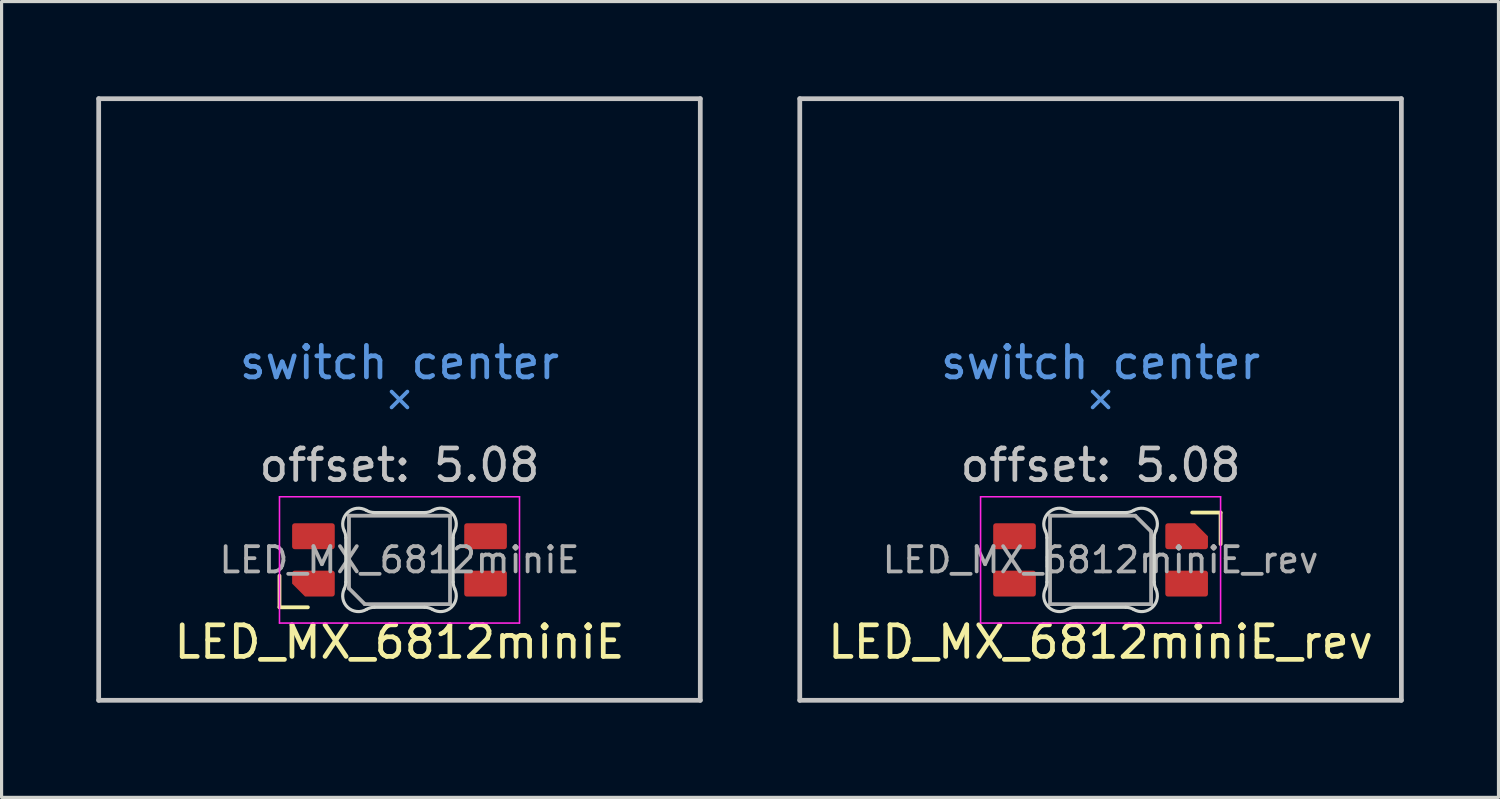
<source format=kicad_pcb>
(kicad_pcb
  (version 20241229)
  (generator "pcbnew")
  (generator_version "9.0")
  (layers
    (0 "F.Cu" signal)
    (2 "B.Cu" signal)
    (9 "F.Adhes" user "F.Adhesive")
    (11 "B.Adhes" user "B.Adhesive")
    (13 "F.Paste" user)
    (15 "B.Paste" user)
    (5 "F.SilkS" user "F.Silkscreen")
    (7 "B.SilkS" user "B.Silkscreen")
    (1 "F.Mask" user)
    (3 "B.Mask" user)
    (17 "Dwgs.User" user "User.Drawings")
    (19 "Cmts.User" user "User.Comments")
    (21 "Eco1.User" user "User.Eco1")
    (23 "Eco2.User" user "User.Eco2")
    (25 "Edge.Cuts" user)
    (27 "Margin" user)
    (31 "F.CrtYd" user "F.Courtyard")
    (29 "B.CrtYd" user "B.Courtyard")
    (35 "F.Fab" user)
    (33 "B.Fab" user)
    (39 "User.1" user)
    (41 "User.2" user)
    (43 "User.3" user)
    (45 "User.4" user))
  (footprint "LED_MX_6812miniE"
    (layer "F.Cu")
    (at 9.6 14.68)
    (property "Reference" "LED_MX_6812miniE" (at 0 2.6 0) (layer "F.SilkS") (effects (font (size 1 1) (thickness 0.15))))
    (attr smd)
    (fp_line (start -3.8 0.5) (end -3.8 1.5) (stroke (width 0.12) (type solid)) (layer "F.SilkS"))
    (fp_line (start -3.8 1.5) (end -2.9 1.5) (stroke (width 0.12) (type solid)) (layer "F.SilkS"))
    (fp_line (start -9.525 -14.605) (end -9.525 4.445) (stroke (width 0.15) (type solid)) (layer "Dwgs.User"))
    (fp_line (start -9.525 4.445) (end 9.525 4.445) (stroke (width 0.15) (type solid)) (layer "Dwgs.User"))
    (fp_line (start 9.525 -14.605) (end -9.525 -14.605) (stroke (width 0.15) (type solid)) (layer "Dwgs.User"))
    (fp_line (start 9.525 4.445) (end 9.525 -14.605) (stroke (width 0.15) (type solid)) (layer "Dwgs.User"))
    (fp_line (start -0.25 -4.83) (end 0 -5.08) (stroke (width 0.12) (type solid)) (layer "Cmts.User"))
    (fp_line (start 0 -5.08) (end -0.25 -5.33) (stroke (width 0.12) (type solid)) (layer "Cmts.User"))
    (fp_line (start 0 -5.08) (end 0.25 -5.33) (stroke (width 0.12) (type solid)) (layer "Cmts.User"))
    (fp_line (start 0.25 -4.83) (end 0 -5.08) (stroke (width 0.12) (type solid)) (layer "Cmts.User"))
    (fp_line (start -1.7 -0.703) (end -1.7 0.703) (stroke (width 0.1) (type solid)) (layer "Edge.Cuts"))
    (fp_line (start -0.794 1.5) (end 0.794 1.5) (stroke (width 0.1) (type solid)) (layer "Edge.Cuts"))
    (fp_line (start 0.794 -1.5) (end -0.794 -1.5) (stroke (width 0.1) (type solid)) (layer "Edge.Cuts"))
    (fp_line (start 1.7 0.703) (end 1.7 -0.703) (stroke (width 0.1) (type solid)) (layer "Edge.Cuts"))
    (fp_arc (start -1.749484 -0.919721) (mid -1.712527 -0.814069) (end -1.699999 -0.702844) (stroke (width 0.1) (type solid)) (layer "Edge.Cuts"))
    (fp_arc (start -1.749484 -0.919721) (mid -1.638071 -1.504035) (end -1.046711 -1.568299) (stroke (width 0.1) (type solid)) (layer "Edge.Cuts"))
    (fp_arc (start -1.699999 0.702841) (mid -1.712527 0.814067) (end -1.749484 0.919719) (stroke (width 0.1) (type solid)) (layer "Edge.Cuts"))
    (fp_arc (start -1.046711 1.568298) (mid -1.638072 1.504034) (end -1.749484 0.919718) (stroke (width 0.1) (type solid)) (layer "Edge.Cuts"))
    (fp_arc (start -1.046711 1.568298) (mid -0.925123 1.517376) (end -0.794452 1.499999) (stroke (width 0.1) (type solid)) (layer "Edge.Cuts"))
    (fp_arc (start -0.794453 -1.5) (mid -0.925123 -1.517377) (end -1.046711 -1.568299) (stroke (width 0.1) (type solid)) (layer "Edge.Cuts"))
    (fp_arc (start 0.794452 1.499999) (mid 0.925122 1.517376) (end 1.04671 1.568298) (stroke (width 0.1) (type solid)) (layer "Edge.Cuts"))
    (fp_arc (start 1.046711 -1.5683) (mid 0.925123 -1.517378) (end 0.794453 -1.500001) (stroke (width 0.1) (type solid)) (layer "Edge.Cuts"))
    (fp_arc (start 1.046711 -1.5683) (mid 1.638071 -1.504036) (end 1.749484 -0.919721) (stroke (width 0.1) (type solid)) (layer "Edge.Cuts"))
    (fp_arc (start 1.699999 -0.702843) (mid 1.712527 -0.814069) (end 1.749484 -0.919721) (stroke (width 0.1) (type solid)) (layer "Edge.Cuts"))
    (fp_arc (start 1.749484 0.919719) (mid 1.63807 1.504033) (end 1.046711 1.568296) (stroke (width 0.1) (type solid)) (layer "Edge.Cuts"))
    (fp_arc (start 1.749484 0.919719) (mid 1.712527 0.814067) (end 1.699999 0.702842) (stroke (width 0.1) (type solid)) (layer "Edge.Cuts"))
    (fp_line (start -3.8 -2) (end 3.8 -2) (stroke (width 0.05) (type solid)) (layer "F.CrtYd"))
    (fp_line (start -3.8 2) (end -3.8 -2) (stroke (width 0.05) (type solid)) (layer "F.CrtYd"))
    (fp_line (start 3.8 -2) (end 3.8 2) (stroke (width 0.05) (type solid)) (layer "F.CrtYd"))
    (fp_line (start 3.8 2) (end -3.8 2) (stroke (width 0.05) (type solid)) (layer "F.CrtYd"))
    (fp_line (start -1.6 -1.4) (end 1.6 -1.4) (stroke (width 0.12) (type solid)) (layer "F.Fab"))
    (fp_line (start -1.6 0.9) (end -1.6 -1.4) (stroke (width 0.12) (type solid)) (layer "F.Fab"))
    (fp_line (start -1.6 0.9) (end -1.1 1.4) (stroke (width 0.12) (type solid)) (layer "F.Fab"))
    (fp_line (start 1.6 -1.4) (end 1.6 1.4) (stroke (width 0.12) (type solid)) (layer "F.Fab"))
    (fp_line (start 1.6 1.4) (end -1.1 1.4) (stroke (width 0.12) (type solid)) (layer "F.Fab"))
    (fp_text user "offset: 5.08" (at 0 -3 0) (layer "Dwgs.User") (effects (font (size 1 1) (thickness 0.15))))
    (fp_text user "switch center" (at 0 -6.25 0) (layer "Cmts.User") (effects (font (size 1 1) (thickness 0.15))))
    (fp_text user "${REFERENCE}" (at 0 0 0) (layer "F.Fab") (effects (font (size 0.8 0.8) (thickness 0.12))))
    (pad "1" smd roundrect (at 2.725 -0.75 90) (size 0.82 1.35) (layers "F.Cu" "F.Mask" "F.Paste") (roundrect_rratio 0.1))
    (pad "2" smd roundrect (at 2.725 0.75 90) (size 0.82 1.35) (layers "F.Cu" "F.Mask" "F.Paste") (roundrect_rratio 0.1))
    (pad "3" smd roundrect (at -2.725 0.75 90) (size 0.82 1.35) (layers "F.Cu" "F.Mask" "F.Paste") (roundrect_rratio 0.1) (chamfer_ratio 0.5) (chamfer top_left))
    (pad "4" smd roundrect (at -2.725 -0.75 90) (size 0.82 1.35) (layers "F.Cu" "F.Mask" "F.Paste") (roundrect_rratio 0.1)))
  (footprint "LED_MX_6812miniE_rev"
    (layer "F.Cu")
    (at 31.8 14.68)
    (property "Reference" "LED_MX_6812miniE_rev" (at 0 2.6 0) (layer "F.SilkS") (effects (font (size 1 1) (thickness 0.15))))
    (attr smd)
    (fp_line (start 3.8 -1.5) (end 2.9 -1.5) (stroke (width 0.12) (type solid)) (layer "F.SilkS"))
    (fp_line (start 3.8 -0.5) (end 3.8 -1.5) (stroke (width 0.12) (type solid)) (layer "F.SilkS"))
    (fp_line (start -9.525 -14.605) (end -9.525 4.445) (stroke (width 0.15) (type solid)) (layer "Dwgs.User"))
    (fp_line (start -9.525 4.445) (end 9.525 4.445) (stroke (width 0.15) (type solid)) (layer "Dwgs.User"))
    (fp_line (start 9.525 -14.605) (end -9.525 -14.605) (stroke (width 0.15) (type solid)) (layer "Dwgs.User"))
    (fp_line (start 9.525 4.445) (end 9.525 -14.605) (stroke (width 0.15) (type solid)) (layer "Dwgs.User"))
    (fp_line (start -0.25 -4.83) (end 0 -5.08) (stroke (width 0.12) (type solid)) (layer "Cmts.User"))
    (fp_line (start 0 -5.08) (end -0.25 -5.33) (stroke (width 0.12) (type solid)) (layer "Cmts.User"))
    (fp_line (start 0 -5.08) (end 0.25 -5.33) (stroke (width 0.12) (type solid)) (layer "Cmts.User"))
    (fp_line (start 0.25 -4.83) (end 0 -5.08) (stroke (width 0.12) (type solid)) (layer "Cmts.User"))
    (fp_line (start -1.7 -0.703) (end -1.7 0.703) (stroke (width 0.1) (type solid)) (layer "Edge.Cuts"))
    (fp_line (start -0.794 1.5) (end 0.794 1.5) (stroke (width 0.1) (type solid)) (layer "Edge.Cuts"))
    (fp_line (start 0.794 -1.5) (end -0.794 -1.5) (stroke (width 0.1) (type solid)) (layer "Edge.Cuts"))
    (fp_line (start 1.7 0.703) (end 1.7 -0.703) (stroke (width 0.1) (type solid)) (layer "Edge.Cuts"))
    (fp_arc (start -1.749484 -0.919719) (mid -1.712519 -0.814068) (end -1.699999 -0.702842) (stroke (width 0.1) (type solid)) (layer "Edge.Cuts"))
    (fp_arc (start -1.749484 -0.919719) (mid -1.63807 -1.504033) (end -1.046711 -1.568296) (stroke (width 0.1) (type solid)) (layer "Edge.Cuts"))
    (fp_arc (start -1.699999 0.702843) (mid -1.712528 0.814069) (end -1.749484 0.919721) (stroke (width 0.1) (type solid)) (layer "Edge.Cuts"))
    (fp_arc (start -1.046711 1.5683) (mid -1.638072 1.504036) (end -1.749484 0.919721) (stroke (width 0.1) (type solid)) (layer "Edge.Cuts"))
    (fp_arc (start -1.046711 1.5683) (mid -0.925123 1.517378) (end -0.794453 1.500001) (stroke (width 0.1) (type solid)) (layer "Edge.Cuts"))
    (fp_arc (start -0.794452 -1.499999) (mid -0.925122 -1.517376) (end -1.04671 -1.568298) (stroke (width 0.1) (type solid)) (layer "Edge.Cuts"))
    (fp_arc (start 0.794453 1.5) (mid 0.925123 1.517377) (end 1.046711 1.568299) (stroke (width 0.1) (type solid)) (layer "Edge.Cuts"))
    (fp_arc (start 1.046711 -1.568298) (mid 0.925123 -1.517376) (end 0.794452 -1.499999) (stroke (width 0.1) (type solid)) (layer "Edge.Cuts"))
    (fp_arc (start 1.046711 -1.568298) (mid 1.638072 -1.504034) (end 1.749484 -0.919718) (stroke (width 0.1) (type solid)) (layer "Edge.Cuts"))
    (fp_arc (start 1.699999 -0.702841) (mid 1.712527 -0.814067) (end 1.749484 -0.919719) (stroke (width 0.1) (type solid)) (layer "Edge.Cuts"))
    (fp_arc (start 1.749484 0.919721) (mid 1.638071 1.504036) (end 1.046711 1.568299) (stroke (width 0.1) (type solid)) (layer "Edge.Cuts"))
    (fp_arc (start 1.749484 0.919721) (mid 1.712527 0.814069) (end 1.699999 0.702844) (stroke (width 0.1) (type solid)) (layer "Edge.Cuts"))
    (fp_line (start -3.8 -2) (end 3.8 -2) (stroke (width 0.05) (type solid)) (layer "F.CrtYd"))
    (fp_line (start -3.8 2) (end -3.8 -2) (stroke (width 0.05) (type solid)) (layer "F.CrtYd"))
    (fp_line (start 3.8 -2) (end 3.8 2) (stroke (width 0.05) (type solid)) (layer "F.CrtYd"))
    (fp_line (start 3.8 2) (end -3.8 2) (stroke (width 0.05) (type solid)) (layer "F.CrtYd"))
    (fp_line (start -1.6 -1.4) (end 1.1 -1.4) (stroke (width 0.12) (type solid)) (layer "F.Fab"))
    (fp_line (start -1.6 1.4) (end -1.6 -1.4) (stroke (width 0.12) (type solid)) (layer "F.Fab"))
    (fp_line (start 1.6 -0.9) (end 1.1 -1.4) (stroke (width 0.12) (type solid)) (layer "F.Fab"))
    (fp_line (start 1.6 -0.9) (end 1.6 1.4) (stroke (width 0.12) (type solid)) (layer "F.Fab"))
    (fp_line (start 1.6 1.4) (end -1.6 1.4) (stroke (width 0.12) (type solid)) (layer "F.Fab"))
    (fp_text user "offset: 5.08" (at 0 -3 0) (layer "Dwgs.User") (effects (font (size 1 1) (thickness 0.15))))
    (fp_text user "switch center" (at 0 -6.25 0) (layer "Cmts.User") (effects (font (size 1 1) (thickness 0.15))))
    (fp_text user "${REFERENCE}" (at 0 0 180) (layer "F.Fab") (effects (font (size 0.8 0.8) (thickness 0.12))))
    (pad "1" smd roundrect (at -2.725 0.75 270) (size 0.82 1.35) (layers "F.Cu" "F.Mask" "F.Paste") (roundrect_rratio 0.1))
    (pad "2" smd roundrect (at -2.725 -0.75 270) (size 0.82 1.35) (layers "F.Cu" "F.Mask" "F.Paste") (roundrect_rratio 0.1))
    (pad "3" smd roundrect (at 2.725 -0.75 270) (size 0.82 1.35) (layers "F.Cu" "F.Mask" "F.Paste") (roundrect_rratio 0.1) (chamfer_ratio 0.5) (chamfer top_left))
    (pad "4" smd roundrect (at 2.725 0.75 270) (size 0.82 1.35) (layers "F.Cu" "F.Mask" "F.Paste") (roundrect_rratio 0.1)))
  (gr_rect
    (start -3 -3)
    (end 44.4 22.2)
    (stroke (width 0.1) (type default))
    (fill no)
    (layer "Edge.Cuts")))
</source>
